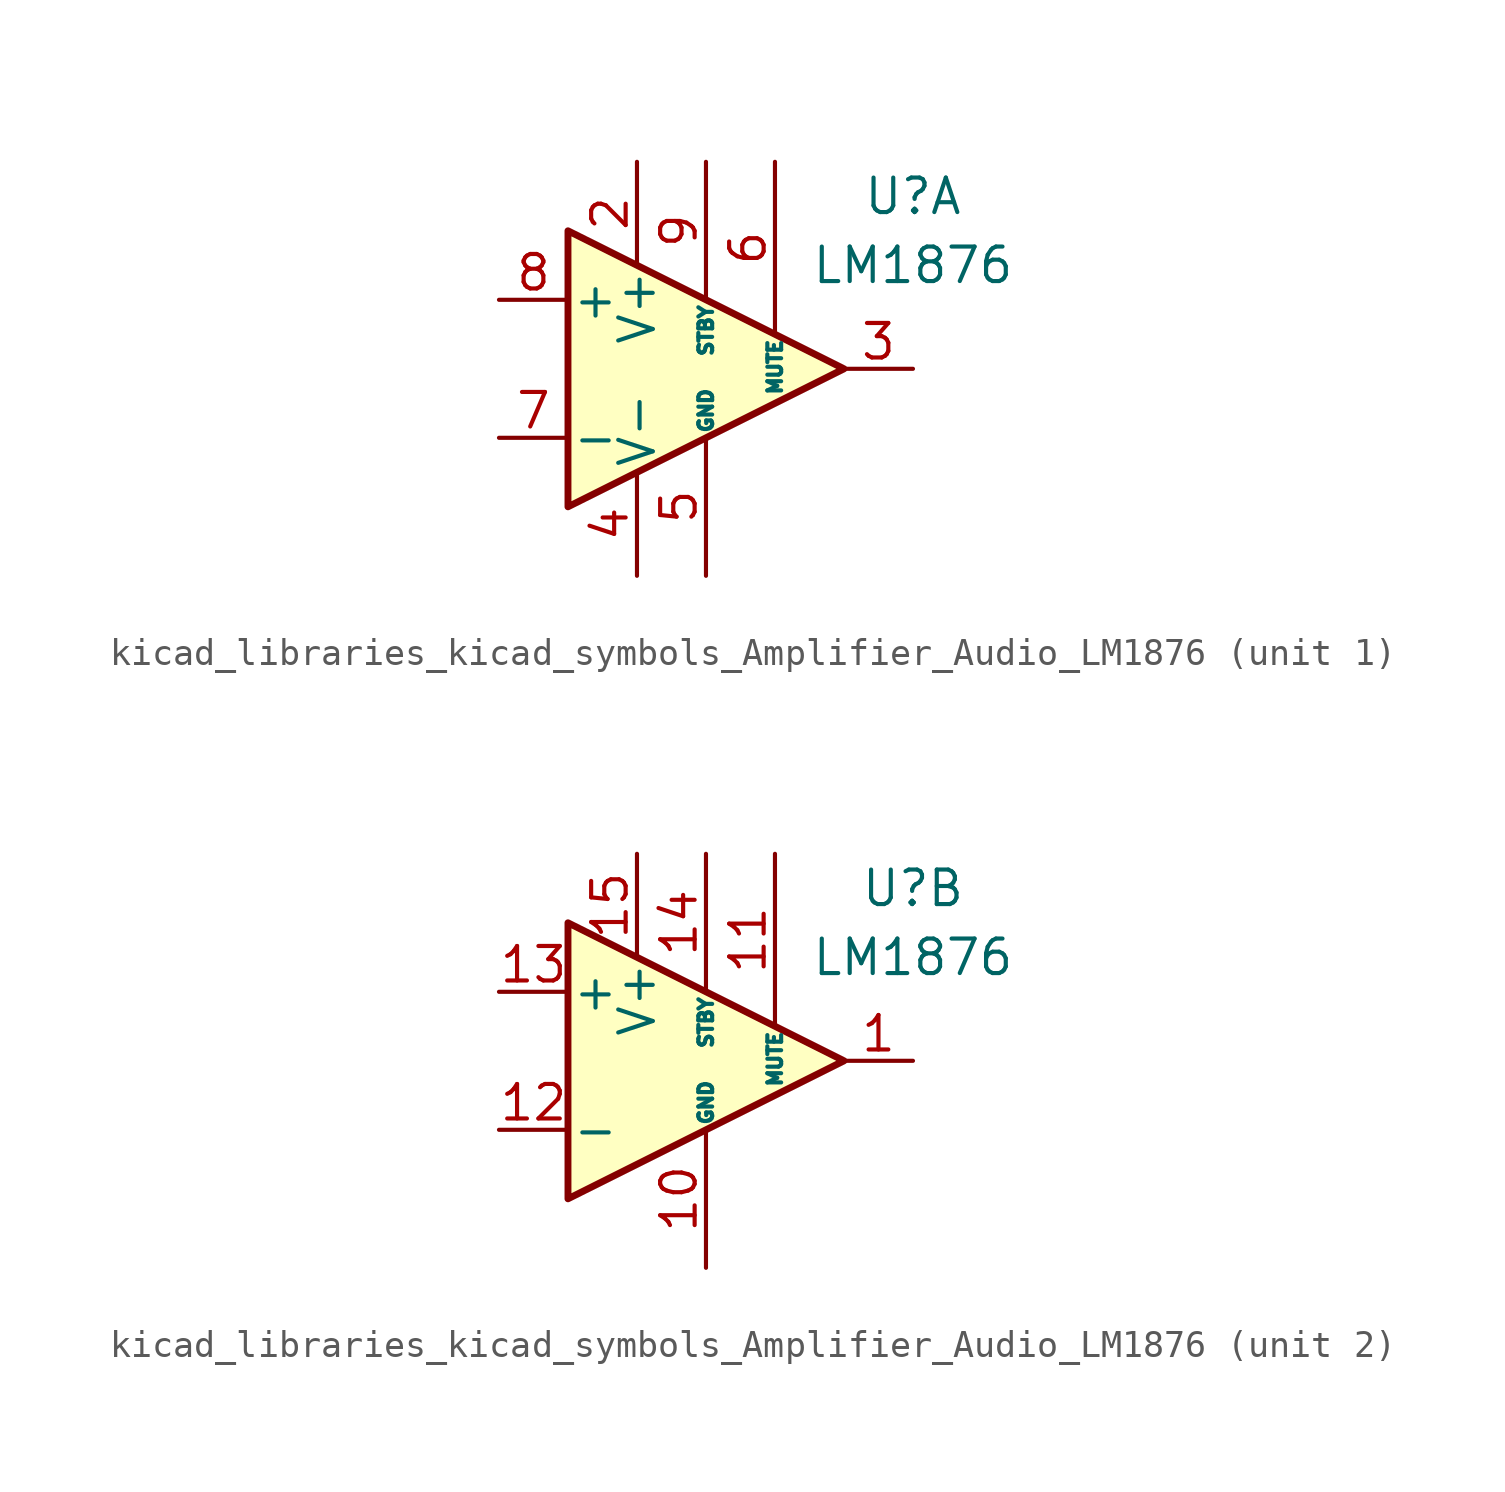
<source format=kicad_sym>
(kicad_symbol_lib
  (version 20220914)
  (generator kicad_symbol_editor)
  (symbol "kicad_libraries_kicad_symbols_Amplifier_Audio_LM1876"
    (pin_names
      (offset 0.127))
    (property "Reference" "U"
      (at 7.62 6.35 0)
      (effects (font (size 1.27 1.27))))
    (property "Value" "LM1876"
      (at 7.62 3.81 0)
      (effects (font (size 1.27 1.27))))
    (property "ki_locked" ""
      (at 0 0 0)
      (effects (font (size 1.27 1.27))))
    (symbol "kicad_libraries_kicad_symbols_Amplifier_Audio_LM1876_0_1"
      (polyline (pts (xy -5.08 5.08) (xy 5.08 0) (xy -5.08 -5.08) (xy -5.08 5.08)) (stroke (width 0.254) (type default)) (fill (type background))))
    (symbol "kicad_libraries_kicad_symbols_Amplifier_Audio_LM1876_1_1"
      (pin power_in line (at -2.54 7.62 270) (length 3.81) (name "V+" (effects (font (size 1.27 1.27)))) (number "2" (effects (font (size 1.27 1.27)))))
      (pin output line (at 7.62 0 180) (length 2.54) (name "~" (effects (font (size 1.27 1.27)))) (number "3" (effects (font (size 1.27 1.27)))))
      (pin power_in line (at -2.54 -7.62 90) (length 3.81) (name "V-" (effects (font (size 1.27 1.27)))) (number "4" (effects (font (size 1.27 1.27)))))
      (pin power_in line (at 0 -7.62 90) (length 5.08) (name "GND" (effects (font (size 0.508 0.508)))) (number "5" (effects (font (size 1.27 1.27)))))
      (pin input line (at 2.54 7.62 270) (length 6.35) (name "MUTE" (effects (font (size 0.508 0.508)))) (number "6" (effects (font (size 1.27 1.27)))))
      (pin input line (at -7.62 -2.54 0) (length 2.54) (name "-" (effects (font (size 1.27 1.27)))) (number "7" (effects (font (size 1.27 1.27)))))
      (pin input line (at -7.62 2.54 0) (length 2.54) (name "+" (effects (font (size 1.27 1.27)))) (number "8" (effects (font (size 1.27 1.27)))))
      (pin input line (at 0 7.62 270) (length 5.08) (name "STBY" (effects (font (size 0.508 0.508)))) (number "9" (effects (font (size 1.27 1.27))))))
    (symbol "kicad_libraries_kicad_symbols_Amplifier_Audio_LM1876_2_1"
      (pin output line (at 7.62 0 180) (length 2.54) (name "~" (effects (font (size 1.27 1.27)))) (number "1" (effects (font (size 1.27 1.27)))))
      (pin power_in line (at 0 -7.62 90) (length 5.08) (name "GND" (effects (font (size 0.508 0.508)))) (number "10" (effects (font (size 1.27 1.27)))))
      (pin input line (at 2.54 7.62 270) (length 6.35) (name "MUTE" (effects (font (size 0.508 0.508)))) (number "11" (effects (font (size 1.27 1.27)))))
      (pin input line (at -7.62 -2.54 0) (length 2.54) (name "-" (effects (font (size 1.27 1.27)))) (number "12" (effects (font (size 1.27 1.27)))))
      (pin input line (at -7.62 2.54 0) (length 2.54) (name "+" (effects (font (size 1.27 1.27)))) (number "13" (effects (font (size 1.27 1.27)))))
      (pin input line (at 0 7.62 270) (length 5.08) (name "STBY" (effects (font (size 0.508 0.508)))) (number "14" (effects (font (size 1.27 1.27)))))
      (pin power_in line (at -2.54 7.62 270) (length 3.81) (name "V+" (effects (font (size 1.27 1.27)))) (number "15" (effects (font (size 1.27 1.27))))))))
</source>
